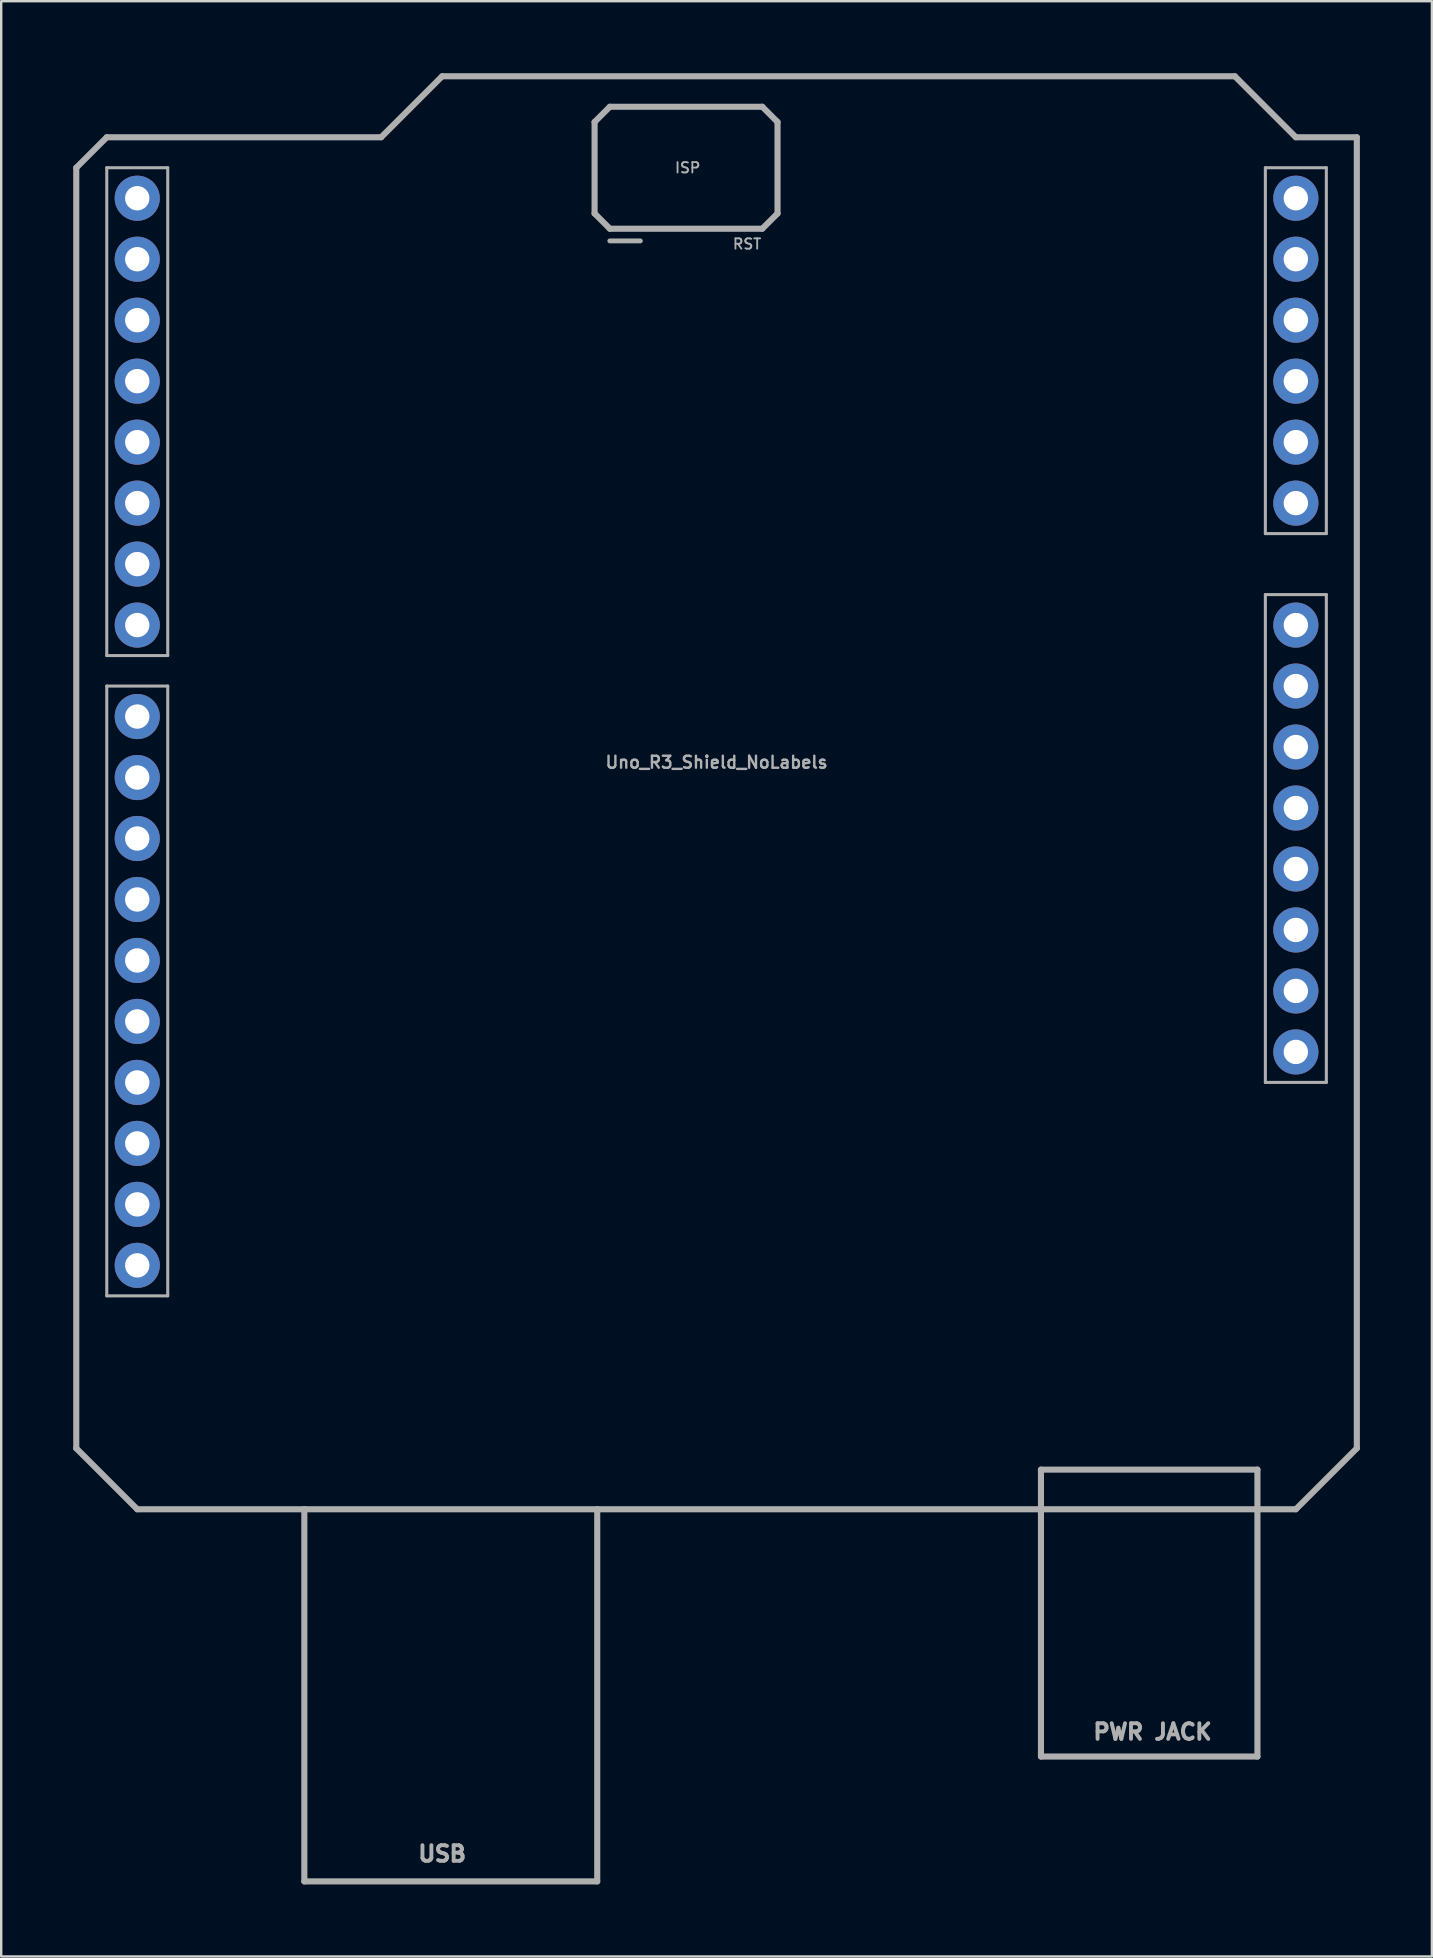
<source format=kicad_pcb>
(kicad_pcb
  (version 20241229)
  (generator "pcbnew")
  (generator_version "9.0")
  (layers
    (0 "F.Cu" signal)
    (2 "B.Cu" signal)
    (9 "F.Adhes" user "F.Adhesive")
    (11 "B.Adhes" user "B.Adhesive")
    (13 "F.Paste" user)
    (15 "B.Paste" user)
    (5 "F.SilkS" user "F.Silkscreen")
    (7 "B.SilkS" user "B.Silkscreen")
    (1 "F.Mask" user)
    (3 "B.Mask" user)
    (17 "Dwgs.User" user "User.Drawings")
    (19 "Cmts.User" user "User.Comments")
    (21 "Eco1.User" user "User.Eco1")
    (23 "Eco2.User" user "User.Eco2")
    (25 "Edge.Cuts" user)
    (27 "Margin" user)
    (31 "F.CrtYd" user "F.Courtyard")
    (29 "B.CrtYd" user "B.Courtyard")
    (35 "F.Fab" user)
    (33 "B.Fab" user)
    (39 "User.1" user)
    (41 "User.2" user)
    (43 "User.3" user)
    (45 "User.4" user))
  (footprint "Uno_R3_Shield_NoLabels"
    (layer "F.Cu")
    (at 26.797 29.337)
    (property "Reference" "Uno_R3_Shield_NoLabels" (at 0 -0.635 0) (unlocked yes) (layer "F.Fab") (effects (font (size 0.5 0.5) (thickness 0.1))))
    (fp_line (start -26.67 -25.4) (end -26.67 27.94) (stroke (width 0.254) (type solid)) (layer "F.Fab"))
    (fp_line (start -26.67 27.94) (end -24.13 30.48) (stroke (width 0.254) (type solid)) (layer "F.Fab"))
    (fp_line (start -25.4 -26.67) (end -26.67 -25.4) (stroke (width 0.254) (type solid)) (layer "F.Fab"))
    (fp_line (start -25.4 -25.4) (end -22.86 -25.4) (stroke (width 0.127) (type solid)) (layer "F.Fab"))
    (fp_line (start -25.4 -5.08) (end -25.4 -25.4) (stroke (width 0.127) (type solid)) (layer "F.Fab"))
    (fp_line (start -25.4 -3.81) (end -22.86 -3.81) (stroke (width 0.127) (type solid)) (layer "F.Fab"))
    (fp_line (start -25.4 21.59) (end -25.4 -3.81) (stroke (width 0.127) (type solid)) (layer "F.Fab"))
    (fp_line (start -24.13 30.48) (end -17.17 30.48) (stroke (width 0.254) (type solid)) (layer "F.Fab"))
    (fp_line (start -22.86 -25.4) (end -22.86 -5.08) (stroke (width 0.127) (type solid)) (layer "F.Fab"))
    (fp_line (start -22.86 -5.08) (end -25.4 -5.08) (stroke (width 0.127) (type solid)) (layer "F.Fab"))
    (fp_line (start -22.86 -3.81) (end -22.86 21.59) (stroke (width 0.127) (type solid)) (layer "F.Fab"))
    (fp_line (start -22.86 21.59) (end -25.4 21.59) (stroke (width 0.127) (type solid)) (layer "F.Fab"))
    (fp_line (start -17.17 30.48) (end -4.97 30.48) (stroke (width 0.254) (type solid)) (layer "F.Fab"))
    (fp_line (start -17.17 45.98) (end -17.17 30.48) (stroke (width 0.254) (type solid)) (layer "F.Fab"))
    (fp_line (start -17.17 45.98) (end -4.97 45.98) (stroke (width 0.254) (type solid)) (layer "F.Fab"))
    (fp_line (start -13.97 -26.67) (end -25.4 -26.67) (stroke (width 0.254) (type solid)) (layer "F.Fab"))
    (fp_line (start -11.43 -29.21) (end -13.97 -26.67) (stroke (width 0.254) (type solid)) (layer "F.Fab"))
    (fp_line (start -5.08 -27.305) (end -4.445 -27.94) (stroke (width 0.254) (type solid)) (layer "F.Fab"))
    (fp_line (start -5.08 -23.495) (end -5.08 -27.305) (stroke (width 0.254) (type solid)) (layer "F.Fab"))
    (fp_line (start -4.97 30.48) (end 24.13 30.48) (stroke (width 0.254) (type solid)) (layer "F.Fab"))
    (fp_line (start -4.97 45.98) (end -4.97 30.48) (stroke (width 0.254) (type solid)) (layer "F.Fab"))
    (fp_line (start -4.445 -27.94) (end 1.905 -27.94) (stroke (width 0.254) (type solid)) (layer "F.Fab"))
    (fp_line (start -4.445 -22.86) (end -5.08 -23.495) (stroke (width 0.254) (type solid)) (layer "F.Fab"))
    (fp_line (start -3.175 -22.352) (end -4.445 -22.352) (stroke (width 0.203) (type solid)) (layer "F.Fab"))
    (fp_line (start 1.905 -27.94) (end 2.54 -27.305) (stroke (width 0.254) (type solid)) (layer "F.Fab"))
    (fp_line (start 1.905 -22.86) (end -4.445 -22.86) (stroke (width 0.254) (type solid)) (layer "F.Fab"))
    (fp_line (start 2.54 -27.305) (end 2.54 -23.495) (stroke (width 0.254) (type solid)) (layer "F.Fab"))
    (fp_line (start 2.54 -23.495) (end 1.905 -22.86) (stroke (width 0.254) (type solid)) (layer "F.Fab"))
    (fp_line (start 13.513 28.829) (end 22.53 28.829) (stroke (width 0.254) (type solid)) (layer "F.Fab"))
    (fp_line (start 13.513 40.78) (end 13.513 28.829) (stroke (width 0.254) (type solid)) (layer "F.Fab"))
    (fp_line (start 13.513 40.78) (end 22.53 40.78) (stroke (width 0.254) (type solid)) (layer "F.Fab"))
    (fp_line (start 21.59 -29.21) (end -11.43 -29.21) (stroke (width 0.254) (type solid)) (layer "F.Fab"))
    (fp_line (start 22.53 40.78) (end 22.53 28.829) (stroke (width 0.254) (type solid)) (layer "F.Fab"))
    (fp_line (start 22.86 -25.4) (end 25.4 -25.4) (stroke (width 0.127) (type solid)) (layer "F.Fab"))
    (fp_line (start 22.86 -10.16) (end 22.86 -25.4) (stroke (width 0.127) (type solid)) (layer "F.Fab"))
    (fp_line (start 22.86 -7.62) (end 22.86 12.7) (stroke (width 0.127) (type solid)) (layer "F.Fab"))
    (fp_line (start 22.86 12.7) (end 25.4 12.7) (stroke (width 0.127) (type solid)) (layer "F.Fab"))
    (fp_line (start 24.13 -26.67) (end 21.59 -29.21) (stroke (width 0.254) (type solid)) (layer "F.Fab"))
    (fp_line (start 24.13 30.48) (end 26.67 27.94) (stroke (width 0.254) (type solid)) (layer "F.Fab"))
    (fp_line (start 25.4 -25.4) (end 25.4 -10.16) (stroke (width 0.127) (type solid)) (layer "F.Fab"))
    (fp_line (start 25.4 -10.16) (end 22.86 -10.16) (stroke (width 0.127) (type solid)) (layer "F.Fab"))
    (fp_line (start 25.4 -7.62) (end 22.86 -7.62) (stroke (width 0.127) (type solid)) (layer "F.Fab"))
    (fp_line (start 25.4 12.7) (end 25.4 -7.62) (stroke (width 0.127) (type solid)) (layer "F.Fab"))
    (fp_line (start 26.67 -26.67) (end 24.13 -26.67) (stroke (width 0.254) (type solid)) (layer "F.Fab"))
    (fp_line (start 26.67 27.94) (end 26.67 -26.67) (stroke (width 0.254) (type solid)) (layer "F.Fab"))
    (fp_text user "USB" (at -11.43 44.45 0) (unlocked yes) (layer "F.Fab") (effects (font (size 0.65 0.65) (thickness 0.163)) (justify top)))
    (fp_text user "PWR JACK" (at 18.161 39.37 0) (unlocked yes) (layer "F.Fab") (effects (font (size 0.65 0.65) (thickness 0.163)) (justify top)))
    (fp_text user "ISP" (at -1.778 -25.146 0) (unlocked yes) (layer "F.Fab") (effects (font (size 0.432 0.432) (thickness 0.076)) (justify left bottom)))
    (fp_text user "RST" (at 0.635 -21.971 0) (unlocked yes) (layer "F.Fab") (effects (font (size 0.432 0.432) (thickness 0.076)) (justify left bottom)))
    (pad "3.3V" thru_hole circle (at 24.13 3.81 90) (size 1.88 1.88) (drill 1.016) (layers "*.Cu" "*.Mask"))
    (pad "5V" thru_hole circle (at 24.13 1.27 90) (size 1.88 1.88) (drill 1.016) (layers "*.Cu" "*.Mask"))
    (pad "A0" thru_hole circle (at 24.13 -11.43 90) (size 1.88 1.88) (drill 1.016) (layers "*.Cu" "*.Mask"))
    (pad "A1" thru_hole circle (at 24.13 -13.97 90) (size 1.88 1.88) (drill 1.016) (layers "*.Cu" "*.Mask"))
    (pad "A2" thru_hole circle (at 24.13 -16.51 90) (size 1.88 1.88) (drill 1.016) (layers "*.Cu" "*.Mask"))
    (pad "A3" thru_hole circle (at 24.13 -19.05 90) (size 1.88 1.88) (drill 1.016) (layers "*.Cu" "*.Mask"))
    (pad "A4" thru_hole circle (at 24.13 -21.59 90) (size 1.88 1.88) (drill 1.016) (layers "*.Cu" "*.Mask"))
    (pad "A5" thru_hole circle (at 24.13 -24.13 90) (size 1.88 1.88) (drill 1.016) (layers "*.Cu" "*.Mask"))
    (pad "AREF" thru_hole circle (at -24.13 15.24 90) (size 1.88 1.88) (drill 1.016) (layers "*.Cu" "*.Mask"))
    (pad "D0/TXO" thru_hole circle (at -24.13 -24.13 90) (size 1.88 1.88) (drill 1.016) (layers "*.Cu" "*.Mask"))
    (pad "D1/RXI" thru_hole circle (at -24.13 -21.59 90) (size 1.88 1.88) (drill 1.016) (layers "*.Cu" "*.Mask"))
    (pad "D2" thru_hole circle (at -24.13 -19.05 90) (size 1.88 1.88) (drill 1.016) (layers "*.Cu" "*.Mask"))
    (pad "D3" thru_hole circle (at -24.13 -16.51 90) (size 1.88 1.88) (drill 1.016) (layers "*.Cu" "*.Mask"))
    (pad "D4" thru_hole circle (at -24.13 -13.97 90) (size 1.88 1.88) (drill 1.016) (layers "*.Cu" "*.Mask"))
    (pad "D5" thru_hole circle (at -24.13 -11.43 90) (size 1.88 1.88) (drill 1.016) (layers "*.Cu" "*.Mask"))
    (pad "D6" thru_hole circle (at -24.13 -8.89 90) (size 1.88 1.88) (drill 1.016) (layers "*.Cu" "*.Mask"))
    (pad "D7" thru_hole circle (at -24.13 -6.35 90) (size 1.88 1.88) (drill 1.016) (layers "*.Cu" "*.Mask"))
    (pad "D8" thru_hole circle (at -24.13 -2.54 90) (size 1.88 1.88) (drill 1.016) (layers "*.Cu" "*.Mask"))
    (pad "D9" thru_hole circle (at -24.13 0 90) (size 1.88 1.88) (drill 1.016) (layers "*.Cu" "*.Mask"))
    (pad "D10" thru_hole circle (at -24.13 2.54 90) (size 1.88 1.88) (drill 1.016) (layers "*.Cu" "*.Mask"))
    (pad "D11" thru_hole circle (at -24.13 5.08 90) (size 1.88 1.88) (drill 1.016) (layers "*.Cu" "*.Mask"))
    (pad "D12" thru_hole circle (at -24.13 7.62 90) (size 1.88 1.88) (drill 1.016) (layers "*.Cu" "*.Mask"))
    (pad "D13" thru_hole circle (at -24.13 10.16 90) (size 1.88 1.88) (drill 1.016) (layers "*.Cu" "*.Mask"))
    (pad "GND" thru_hole circle (at -24.13 12.7 90) (size 1.88 1.88) (drill 1.016) (layers "*.Cu" "*.Mask"))
    (pad "GND" thru_hole circle (at 24.13 -3.81 90) (size 1.88 1.88) (drill 1.016) (layers "*.Cu" "*.Mask"))
    (pad "GND" thru_hole circle (at 24.13 -1.27 90) (size 1.88 1.88) (drill 1.016) (layers "*.Cu" "*.Mask"))
    (pad "IOREF" thru_hole circle (at 24.13 8.89 90) (size 1.88 1.88) (drill 1.016) (layers "*.Cu" "*.Mask"))
    (pad "NC" thru_hole circle (at 24.13 11.43 90) (size 1.88 1.88) (drill 1.016) (layers "*.Cu" "*.Mask"))
    (pad "SCL" thru_hole circle (at -24.13 20.32 90) (size 1.88 1.88) (drill 1.016) (layers "*.Cu" "*.Mask"))
    (pad "SDA" thru_hole circle (at -24.13 17.78 90) (size 1.88 1.88) (drill 1.016) (layers "*.Cu" "*.Mask"))
    (pad "VIN" thru_hole circle (at 24.13 -6.35 90) (size 1.88 1.88) (drill 1.016) (layers "*.Cu" "*.Mask"))
    (pad "~{RESET}" thru_hole circle (at 24.13 6.35 90) (size 1.88 1.88) (drill 1.016) (layers "*.Cu" "*.Mask")))
  (gr_rect
    (start -3 -3)
    (end 56.594 78.444)
    (stroke (width 0.1) (type default))
    (fill no)
    (layer "Edge.Cuts")))
</source>
